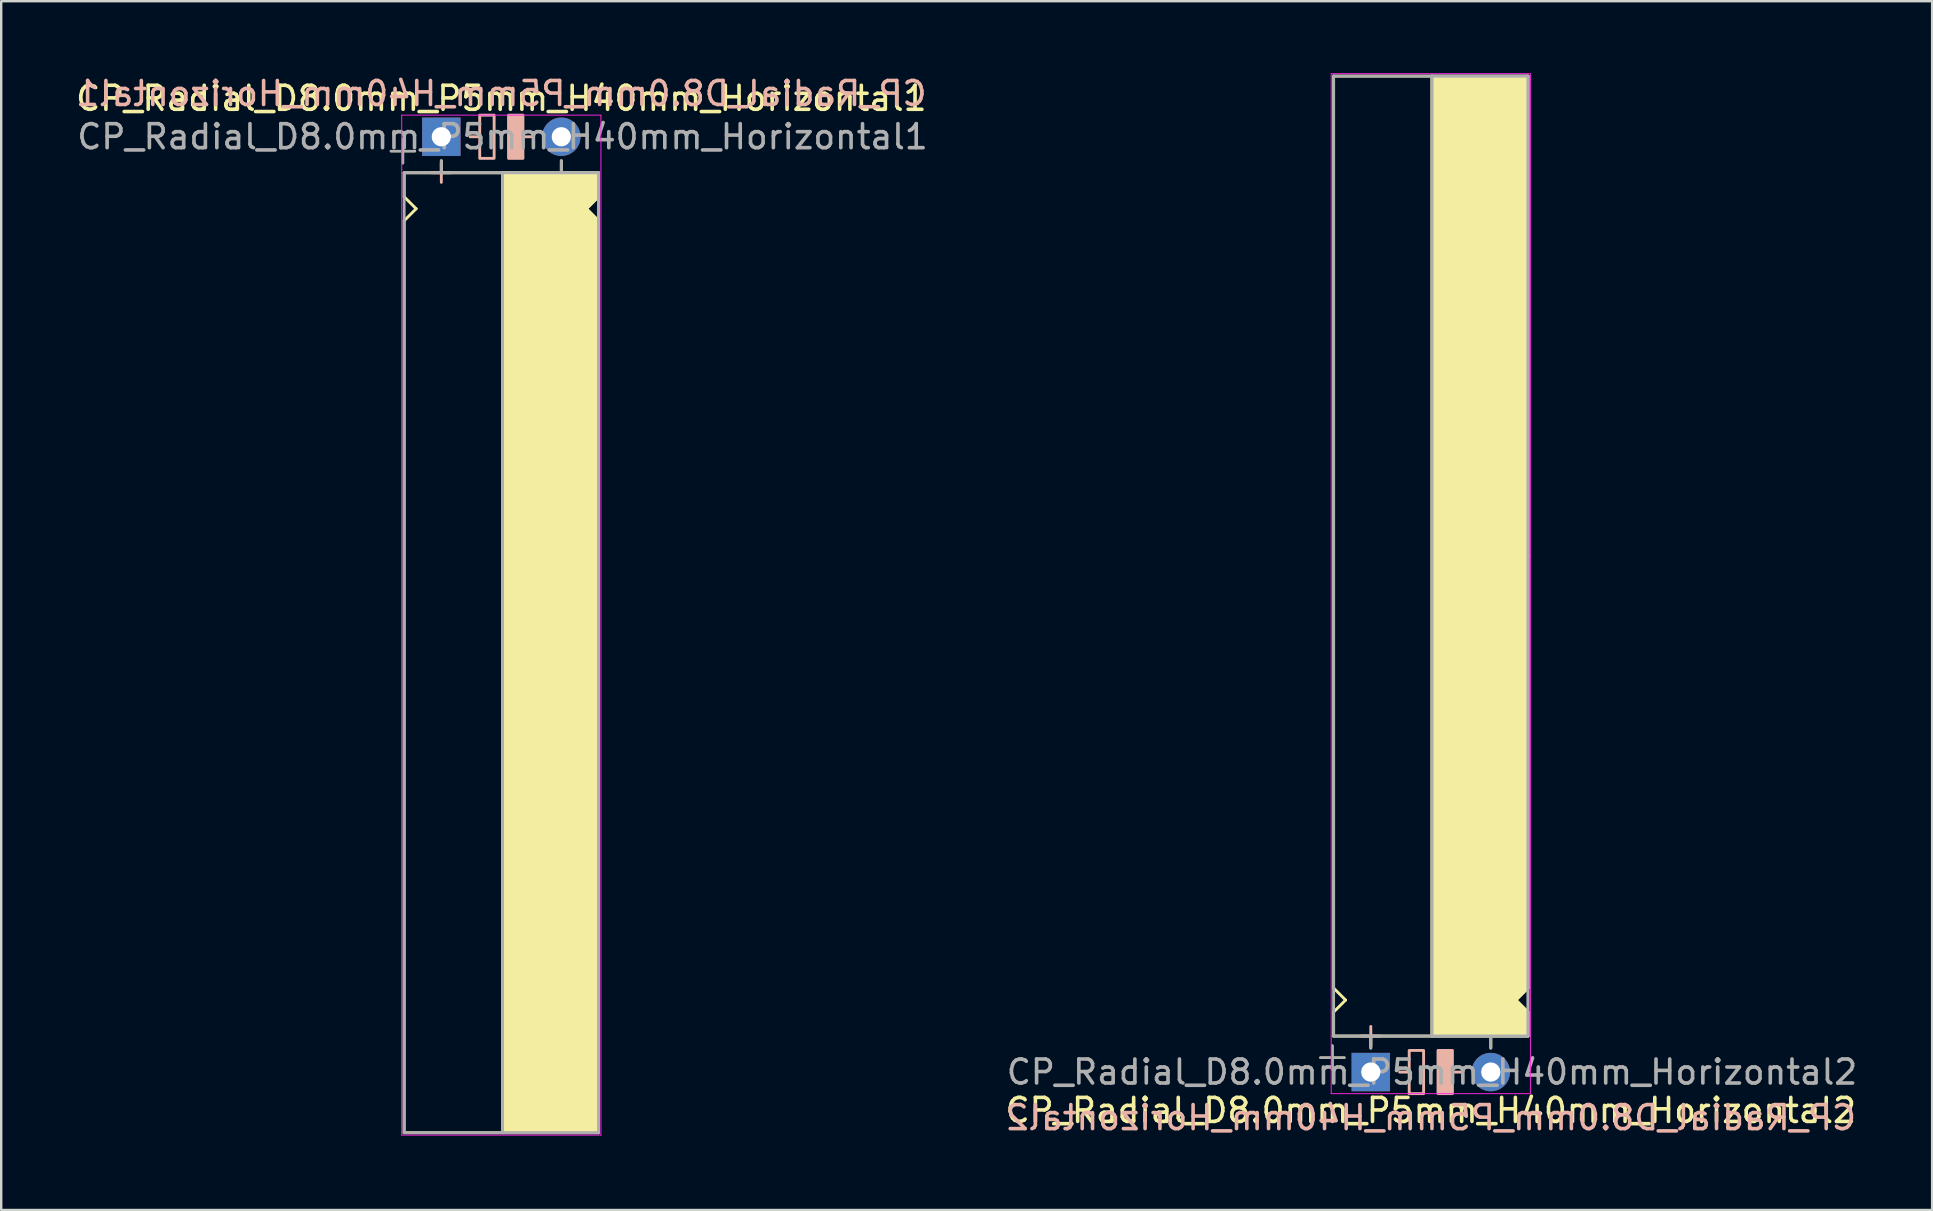
<source format=kicad_pcb>
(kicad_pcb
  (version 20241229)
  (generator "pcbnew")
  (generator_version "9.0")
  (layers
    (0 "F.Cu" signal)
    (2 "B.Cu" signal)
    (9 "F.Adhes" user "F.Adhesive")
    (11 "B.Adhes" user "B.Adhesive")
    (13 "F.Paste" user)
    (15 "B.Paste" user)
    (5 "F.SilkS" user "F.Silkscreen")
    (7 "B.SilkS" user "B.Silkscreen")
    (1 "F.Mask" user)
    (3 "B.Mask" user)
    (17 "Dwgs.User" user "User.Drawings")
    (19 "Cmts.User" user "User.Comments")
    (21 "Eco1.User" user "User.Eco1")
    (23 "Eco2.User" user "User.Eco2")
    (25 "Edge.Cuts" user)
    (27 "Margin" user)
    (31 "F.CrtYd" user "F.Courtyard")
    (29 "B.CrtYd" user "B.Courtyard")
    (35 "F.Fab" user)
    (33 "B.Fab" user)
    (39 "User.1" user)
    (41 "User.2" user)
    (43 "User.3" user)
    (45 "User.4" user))
  (footprint "CP_Radial_D8.0mm_P5mm_H40mm_Horizontal2"
    (layer "F.Cu")
    (at 54.868 41.62)
    (property "Reference" "CP_Radial_D8.0mm_P5mm_H40mm_Horizontal2" (at 1.7 1.6 0) (layer "F.SilkS") (effects (font (size 1 1) (thickness 0.15))))
    (fp_line (start -2.9 -0.6) (end -1.9 -0.6) (stroke (width 0.1) (type solid)) (layer "F.SilkS"))
    (fp_line (start -2.4 -0.1) (end -2.4 -1.1) (stroke (width 0.1) (type solid)) (layer "F.SilkS"))
    (fp_line (start -2.35 -41.5) (end 5.75 -41.5) (stroke (width 0.12) (type solid)) (layer "F.SilkS"))
    (fp_line (start -2.35 -3.5) (end -2.35 -41.5) (stroke (width 0.12) (type solid)) (layer "F.SilkS"))
    (fp_line (start -2.35 -3.5) (end -1.85 -3) (stroke (width 0.12) (type solid)) (layer "F.SilkS"))
    (fp_line (start -2.35 -2.5) (end -2.35 -1.5) (stroke (width 0.12) (type solid)) (layer "F.SilkS"))
    (fp_line (start -2.35 -1.5) (end 5.75 -1.5) (stroke (width 0.12) (type solid)) (layer "F.SilkS"))
    (fp_line (start -1.85 -3) (end -2.35 -2.5) (stroke (width 0.12) (type solid)) (layer "F.SilkS"))
    (fp_line (start -0.8 -1) (end -0.8 -1.5) (stroke (width 0.12) (type solid)) (layer "F.SilkS"))
    (fp_line (start 1.75 -41.5) (end 1.75 -1.5) (stroke (width 0.12) (type solid)) (layer "F.SilkS"))
    (fp_line (start 4.2 -1) (end 4.2 -1.5) (stroke (width 0.12) (type solid)) (layer "F.SilkS"))
    (fp_line (start 5.25 -3) (end 5.75 -2.5) (stroke (width 0.12) (type solid)) (layer "F.SilkS"))
    (fp_line (start 5.75 -21.5) (end 5.65 -21.5) (stroke (width 0.12) (type solid)) (layer "F.SilkS"))
    (fp_line (start 5.75 -3.5) (end 5.25 -3) (stroke (width 0.12) (type solid)) (layer "F.SilkS"))
    (fp_line (start 5.75 -3.5) (end 5.75 -41.5) (stroke (width 0.12) (type solid)) (layer "F.SilkS"))
    (fp_line (start 5.75 -2.5) (end 5.75 -1.5) (stroke (width 0.12) (type solid)) (layer "F.SilkS"))
    (fp_poly (pts (xy 5.75 -2.5) (xy 5.25 -3) (xy 5.75 -3.5) (xy 5.75 -41.5) (xy 1.75 -41.5) (xy 1.75 -1.5) (xy 5.75 -1.5)) (stroke (width 0.1) (type solid)) (fill yes) (layer "F.SilkS"))
    (fp_line (start -0.8 -1.9) (end -0.8 -1.1) (stroke (width 0.12) (type solid)) (layer "B.SilkS"))
    (fp_line (start -0.4 -1.5) (end -1.2 -1.5) (stroke (width 0.12) (type solid)) (layer "B.SilkS"))
    (fp_line (start 0.8 0) (end 0.4 0) (stroke (width 0.12) (type solid)) (layer "B.SilkS"))
    (fp_line (start 3 0) (end 2.6 0) (stroke (width 0.12) (type solid)) (layer "B.SilkS"))
    (fp_rect (start 1.4 -0.9) (end 0.8 0.9) (stroke (width 0.12) (type solid)) (fill no) (layer "B.SilkS"))
    (fp_rect (start 2.6 -0.9) (end 2 0.9) (stroke (width 0.12) (type solid)) (fill yes) (layer "B.SilkS"))
    (fp_line (start -2.45 -41.6) (end -2.45 -1.5) (stroke (width 0.04) (type solid)) (layer "F.CrtYd"))
    (fp_line (start -2.45 -1.5) (end -2.45 0.9) (stroke (width 0.04) (type solid)) (layer "F.CrtYd"))
    (fp_line (start -2.45 0.9) (end 5.85 0.9) (stroke (width 0.04) (type solid)) (layer "F.CrtYd"))
    (fp_line (start 5.85 -41.6) (end -2.45 -41.6) (stroke (width 0.04) (type solid)) (layer "F.CrtYd"))
    (fp_line (start 5.85 0.9) (end 5.85 -41.6) (stroke (width 0.04) (type solid)) (layer "F.CrtYd"))
    (fp_line (start -2.9 -0.6) (end -1.9 -0.6) (stroke (width 0.1) (type solid)) (layer "F.Fab"))
    (fp_line (start -2.4 -0.1) (end -2.4 -1.1) (stroke (width 0.1) (type solid)) (layer "F.Fab"))
    (fp_line (start -2.35 -41.5) (end -2.35 -1.5) (stroke (width 0.12) (type solid)) (layer "F.Fab"))
    (fp_line (start -2.35 -1.5) (end 5.75 -1.5) (stroke (width 0.12) (type solid)) (layer "F.Fab"))
    (fp_line (start -0.8 -1.5) (end -0.8 -1) (stroke (width 0.12) (type solid)) (layer "F.Fab"))
    (fp_line (start 1.75 -1.5) (end 1.75 -41.5) (stroke (width 0.12) (type solid)) (layer "F.Fab"))
    (fp_line (start 4.2 -1.5) (end 4.2 -1) (stroke (width 0.12) (type solid)) (layer "F.Fab"))
    (fp_line (start 5.75 -41.5) (end -2.35 -41.5) (stroke (width 0.12) (type solid)) (layer "F.Fab"))
    (fp_line (start 5.75 -1.5) (end 5.75 -41.5) (stroke (width 0.12) (type solid)) (layer "F.Fab"))
    (fp_poly (pts (xy 5.75 -41.5) (xy 1.75 -41.5) (xy 1.75 -1.5) (xy 5.75 -1.5)) (stroke (width 0.1) (type solid)) (fill no) (layer "F.Fab"))
    (fp_text user "${REFERENCE}" (at 1.7 1.9 0) (layer "B.SilkS") (effects (font (size 1 1) (thickness 0.15)) (justify mirror)))
    (fp_text user "${REFERENCE}" (at 1.75 0 0) (layer "F.Fab") (effects (font (size 1 1) (thickness 0.15))))
    (pad "1" thru_hole rect (at -0.8 0) (size 1.6 1.6) (drill 0.8) (layers "*.Cu" "*.Mask"))
    (pad "2" thru_hole circle (at 4.2 0) (size 1.6 1.6) (drill 0.8) (layers "*.Cu" "*.Mask")))
  (footprint "CP_Radial_D8.0mm_P5mm_H40mm_Horizontal1"
    (layer "F.Cu")
    (at 16.139 2.648)
    (property "Reference" "CP_Radial_D8.0mm_P5mm_H40mm_Horizontal1" (at 1.7 -1.6 0) (layer "F.SilkS") (effects (font (size 1 1) (thickness 0.15))))
    (fp_line (start -2.9 0.6) (end -1.9 0.6) (stroke (width 0.1) (type solid)) (layer "F.SilkS"))
    (fp_line (start -2.4 1.1) (end -2.4 0.1) (stroke (width 0.1) (type solid)) (layer "F.SilkS"))
    (fp_line (start -2.35 1.5) (end 5.75 1.5) (stroke (width 0.12) (type solid)) (layer "F.SilkS"))
    (fp_line (start -2.35 2.5) (end -2.35 1.5) (stroke (width 0.12) (type solid)) (layer "F.SilkS"))
    (fp_line (start -2.35 3.5) (end -2.35 41.5) (stroke (width 0.12) (type solid)) (layer "F.SilkS"))
    (fp_line (start -2.35 3.5) (end -1.85 3) (stroke (width 0.12) (type solid)) (layer "F.SilkS"))
    (fp_line (start -2.35 41.5) (end 5.75 41.5) (stroke (width 0.12) (type solid)) (layer "F.SilkS"))
    (fp_line (start -1.85 3) (end -2.35 2.5) (stroke (width 0.12) (type solid)) (layer "F.SilkS"))
    (fp_line (start -0.8 1) (end -0.8 1.5) (stroke (width 0.12) (type solid)) (layer "F.SilkS"))
    (fp_line (start 1.75 41.5) (end 1.75 1.5) (stroke (width 0.12) (type solid)) (layer "F.SilkS"))
    (fp_line (start 4.2 1) (end 4.2 1.5) (stroke (width 0.12) (type solid)) (layer "F.SilkS"))
    (fp_line (start 5.25 3) (end 5.75 2.5) (stroke (width 0.12) (type solid)) (layer "F.SilkS"))
    (fp_line (start 5.75 2.5) (end 5.75 1.5) (stroke (width 0.12) (type solid)) (layer "F.SilkS"))
    (fp_line (start 5.75 3.5) (end 5.25 3) (stroke (width 0.12) (type solid)) (layer "F.SilkS"))
    (fp_line (start 5.75 3.5) (end 5.75 41.5) (stroke (width 0.12) (type solid)) (layer "F.SilkS"))
    (fp_line (start 5.75 21.5) (end 5.65 21.5) (stroke (width 0.12) (type solid)) (layer "F.SilkS"))
    (fp_poly (pts (xy 5.75 2.5) (xy 5.25 3) (xy 5.75 3.5) (xy 5.75 41.5) (xy 1.75 41.5) (xy 1.75 1.5) (xy 5.75 1.5)) (stroke (width 0.1) (type solid)) (fill yes) (layer "F.SilkS"))
    (fp_line (start -0.8 1.1) (end -0.8 1.9) (stroke (width 0.12) (type solid)) (layer "B.SilkS"))
    (fp_line (start -0.4 1.5) (end -1.2 1.5) (stroke (width 0.12) (type solid)) (layer "B.SilkS"))
    (fp_line (start 0.8 0) (end 0.4 0) (stroke (width 0.12) (type solid)) (layer "B.SilkS"))
    (fp_line (start 3 0) (end 2.6 0) (stroke (width 0.12) (type solid)) (layer "B.SilkS"))
    (fp_rect (start 1.4 -0.9) (end 0.8 0.9) (stroke (width 0.12) (type solid)) (fill no) (layer "B.SilkS"))
    (fp_rect (start 2.6 -0.9) (end 2 0.9) (stroke (width 0.12) (type solid)) (fill yes) (layer "B.SilkS"))
    (fp_line (start -2.45 -0.9) (end 5.85 -0.9) (stroke (width 0.04) (type solid)) (layer "F.CrtYd"))
    (fp_line (start -2.45 1.5) (end -2.45 -0.9) (stroke (width 0.04) (type solid)) (layer "F.CrtYd"))
    (fp_line (start -2.45 41.6) (end -2.45 1.5) (stroke (width 0.04) (type solid)) (layer "F.CrtYd"))
    (fp_line (start 5.85 -0.9) (end 5.85 41.6) (stroke (width 0.04) (type solid)) (layer "F.CrtYd"))
    (fp_line (start 5.85 41.6) (end -2.45 41.6) (stroke (width 0.04) (type solid)) (layer "F.CrtYd"))
    (fp_line (start -2.9 0.6) (end -1.9 0.6) (stroke (width 0.1) (type solid)) (layer "F.Fab"))
    (fp_line (start -2.4 1.1) (end -2.4 0.1) (stroke (width 0.1) (type solid)) (layer "F.Fab"))
    (fp_line (start -2.35 1.5) (end 5.75 1.5) (stroke (width 0.12) (type solid)) (layer "F.Fab"))
    (fp_line (start -2.35 41.5) (end -2.35 1.5) (stroke (width 0.12) (type solid)) (layer "F.Fab"))
    (fp_line (start -0.8 1.5) (end -0.8 1) (stroke (width 0.12) (type solid)) (layer "F.Fab"))
    (fp_line (start 1.75 1.5) (end 1.75 41.5) (stroke (width 0.12) (type solid)) (layer "F.Fab"))
    (fp_line (start 4.2 1.5) (end 4.2 1) (stroke (width 0.12) (type solid)) (layer "F.Fab"))
    (fp_line (start 5.75 1.5) (end 5.75 41.5) (stroke (width 0.12) (type solid)) (layer "F.Fab"))
    (fp_line (start 5.75 41.5) (end -2.35 41.5) (stroke (width 0.12) (type solid)) (layer "F.Fab"))
    (fp_poly (pts (xy 5.75 41.5) (xy 1.75 41.5) (xy 1.75 1.5) (xy 5.75 1.5)) (stroke (width 0.1) (type solid)) (fill no) (layer "F.Fab"))
    (fp_text user "${REFERENCE}" (at 1.7 -1.8 0) (layer "B.SilkS") (effects (font (size 1 1) (thickness 0.15)) (justify mirror)))
    (fp_text user "${REFERENCE}" (at 1.75 0 0) (layer "F.Fab") (effects (font (size 1 1) (thickness 0.15))))
    (pad "1" thru_hole rect (at -0.8 0) (size 1.6 1.6) (drill 0.8) (layers "*.Cu" "*.Mask"))
    (pad "2" thru_hole circle (at 4.2 0) (size 1.6 1.6) (drill 0.8) (layers "*.Cu" "*.Mask")))
  (gr_rect
    (start -3 -3)
    (end 77.457 47.368)
    (stroke (width 0.1) (type default))
    (fill no)
    (layer "Edge.Cuts")))
</source>
